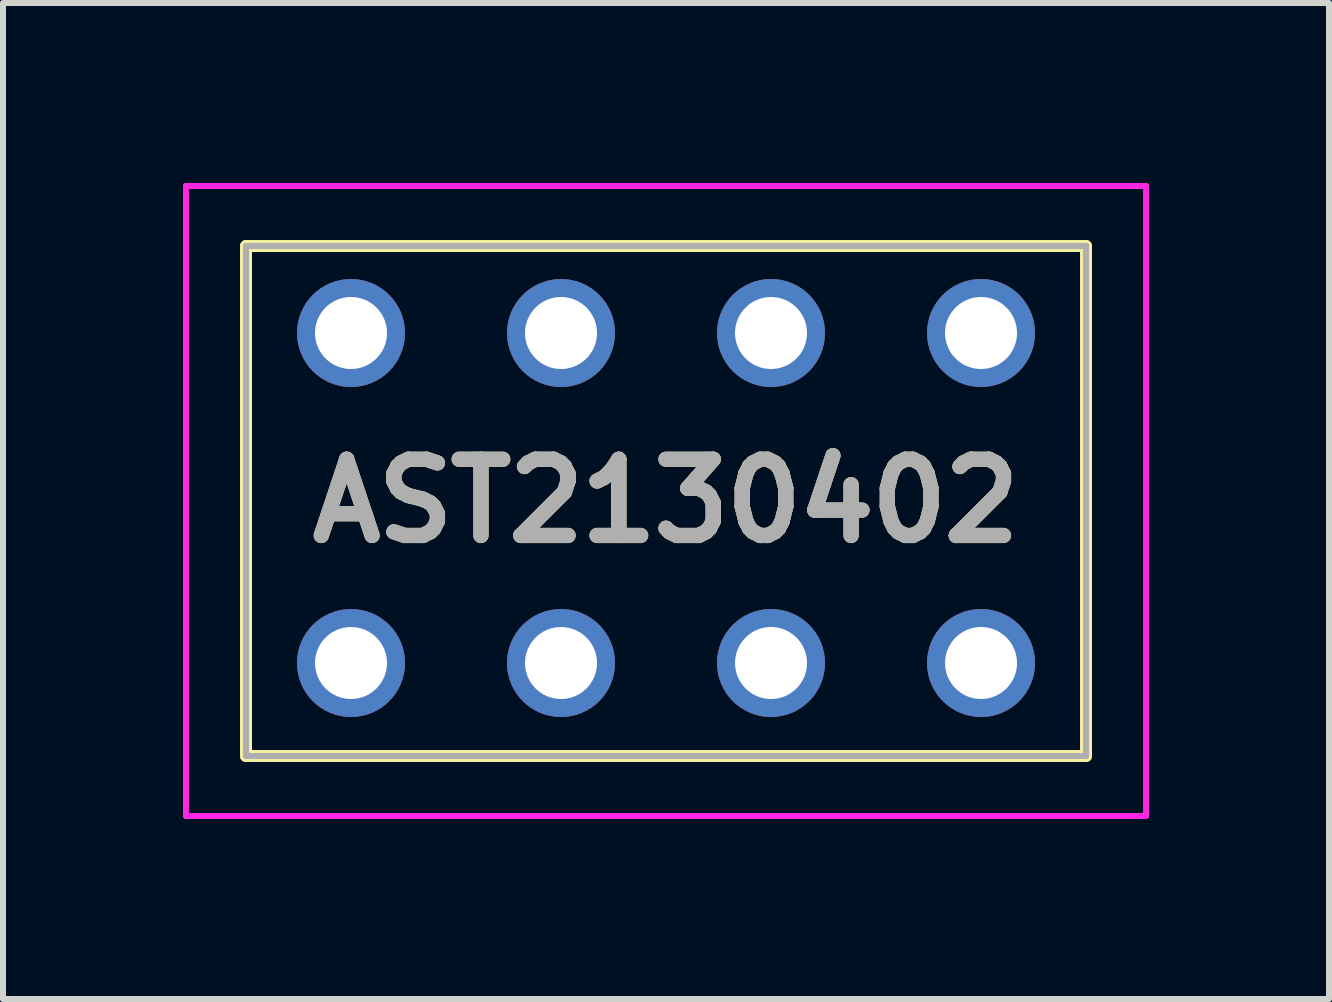
<source format=kicad_pcb>
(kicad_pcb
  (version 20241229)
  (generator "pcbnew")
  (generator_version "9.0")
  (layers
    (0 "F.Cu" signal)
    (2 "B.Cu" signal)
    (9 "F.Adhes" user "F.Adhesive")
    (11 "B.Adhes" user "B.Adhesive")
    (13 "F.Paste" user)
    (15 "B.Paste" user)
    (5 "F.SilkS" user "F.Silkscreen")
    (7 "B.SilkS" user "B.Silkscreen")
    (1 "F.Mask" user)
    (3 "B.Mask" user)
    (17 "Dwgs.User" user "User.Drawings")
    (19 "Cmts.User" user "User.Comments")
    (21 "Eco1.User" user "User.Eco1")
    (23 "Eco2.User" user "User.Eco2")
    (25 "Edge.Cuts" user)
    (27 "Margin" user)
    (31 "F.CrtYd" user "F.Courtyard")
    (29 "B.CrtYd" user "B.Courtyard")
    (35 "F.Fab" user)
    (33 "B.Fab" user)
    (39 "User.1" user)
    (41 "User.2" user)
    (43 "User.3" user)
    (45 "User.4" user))
  (footprint "AST2130402"
    (layer "F.Cu")
    (at 2.8 8)
    (property "Reference" "AST2130402" (at 5.25 -2.7 0) (layer "F.SilkS") (effects (font (size 1.27 1.27) (thickness 0.254))))
    (attr through_hole)
    (fp_line (start -1.75 -6.95) (end 12.25 -6.95) (stroke (width 0.2) (type solid)) (layer "F.SilkS"))
    (fp_line (start -1.75 1.55) (end -1.75 -6.95) (stroke (width 0.2) (type solid)) (layer "F.SilkS"))
    (fp_line (start 12.25 -6.95) (end 12.25 1.55) (stroke (width 0.2) (type solid)) (layer "F.SilkS"))
    (fp_line (start 12.25 1.55) (end -1.75 1.55) (stroke (width 0.2) (type solid)) (layer "F.SilkS"))
    (fp_line (start -2.75 -7.95) (end 13.25 -7.95) (stroke (width 0.1) (type solid)) (layer "F.CrtYd"))
    (fp_line (start -2.75 2.55) (end -2.75 -7.95) (stroke (width 0.1) (type solid)) (layer "F.CrtYd"))
    (fp_line (start 13.25 -7.95) (end 13.25 2.55) (stroke (width 0.1) (type solid)) (layer "F.CrtYd"))
    (fp_line (start 13.25 2.55) (end -2.75 2.55) (stroke (width 0.1) (type solid)) (layer "F.CrtYd"))
    (fp_line (start -1.75 -6.95) (end 12.25 -6.95) (stroke (width 0.1) (type solid)) (layer "F.Fab"))
    (fp_line (start -1.75 1.55) (end -1.75 -6.95) (stroke (width 0.1) (type solid)) (layer "F.Fab"))
    (fp_line (start 12.25 -6.95) (end 12.25 1.55) (stroke (width 0.1) (type solid)) (layer "F.Fab"))
    (fp_line (start 12.25 1.55) (end -1.75 1.55) (stroke (width 0.1) (type solid)) (layer "F.Fab"))
    (fp_text user "${REFERENCE}" (at 5.25 -2.7 0) (layer "F.Fab") (effects (font (size 1.27 1.27) (thickness 0.254))))
    (pad "1" thru_hole circle (at 0 0) (size 1.8 1.8) (drill 1.2) (layers "*.Cu" "*.Mask"))
    (pad "2" thru_hole circle (at 0 -5.5) (size 1.8 1.8) (drill 1.2) (layers "*.Cu" "*.Mask"))
    (pad "3" thru_hole circle (at 3.5 0) (size 1.8 1.8) (drill 1.2) (layers "*.Cu" "*.Mask"))
    (pad "4" thru_hole circle (at 3.5 -5.5) (size 1.8 1.8) (drill 1.2) (layers "*.Cu" "*.Mask"))
    (pad "5" thru_hole circle (at 7 0) (size 1.8 1.8) (drill 1.2) (layers "*.Cu" "*.Mask"))
    (pad "6" thru_hole circle (at 7 -5.5) (size 1.8 1.8) (drill 1.2) (layers "*.Cu" "*.Mask"))
    (pad "7" thru_hole circle (at 10.5 0) (size 1.8 1.8) (drill 1.2) (layers "*.Cu" "*.Mask"))
    (pad "8" thru_hole circle (at 10.5 -5.5) (size 1.8 1.8) (drill 1.2) (layers "*.Cu" "*.Mask")))
  (gr_rect
    (start -3 -3)
    (end 19.1 13.6)
    (stroke (width 0.1) (type default))
    (fill no)
    (layer "Edge.Cuts")))
</source>
